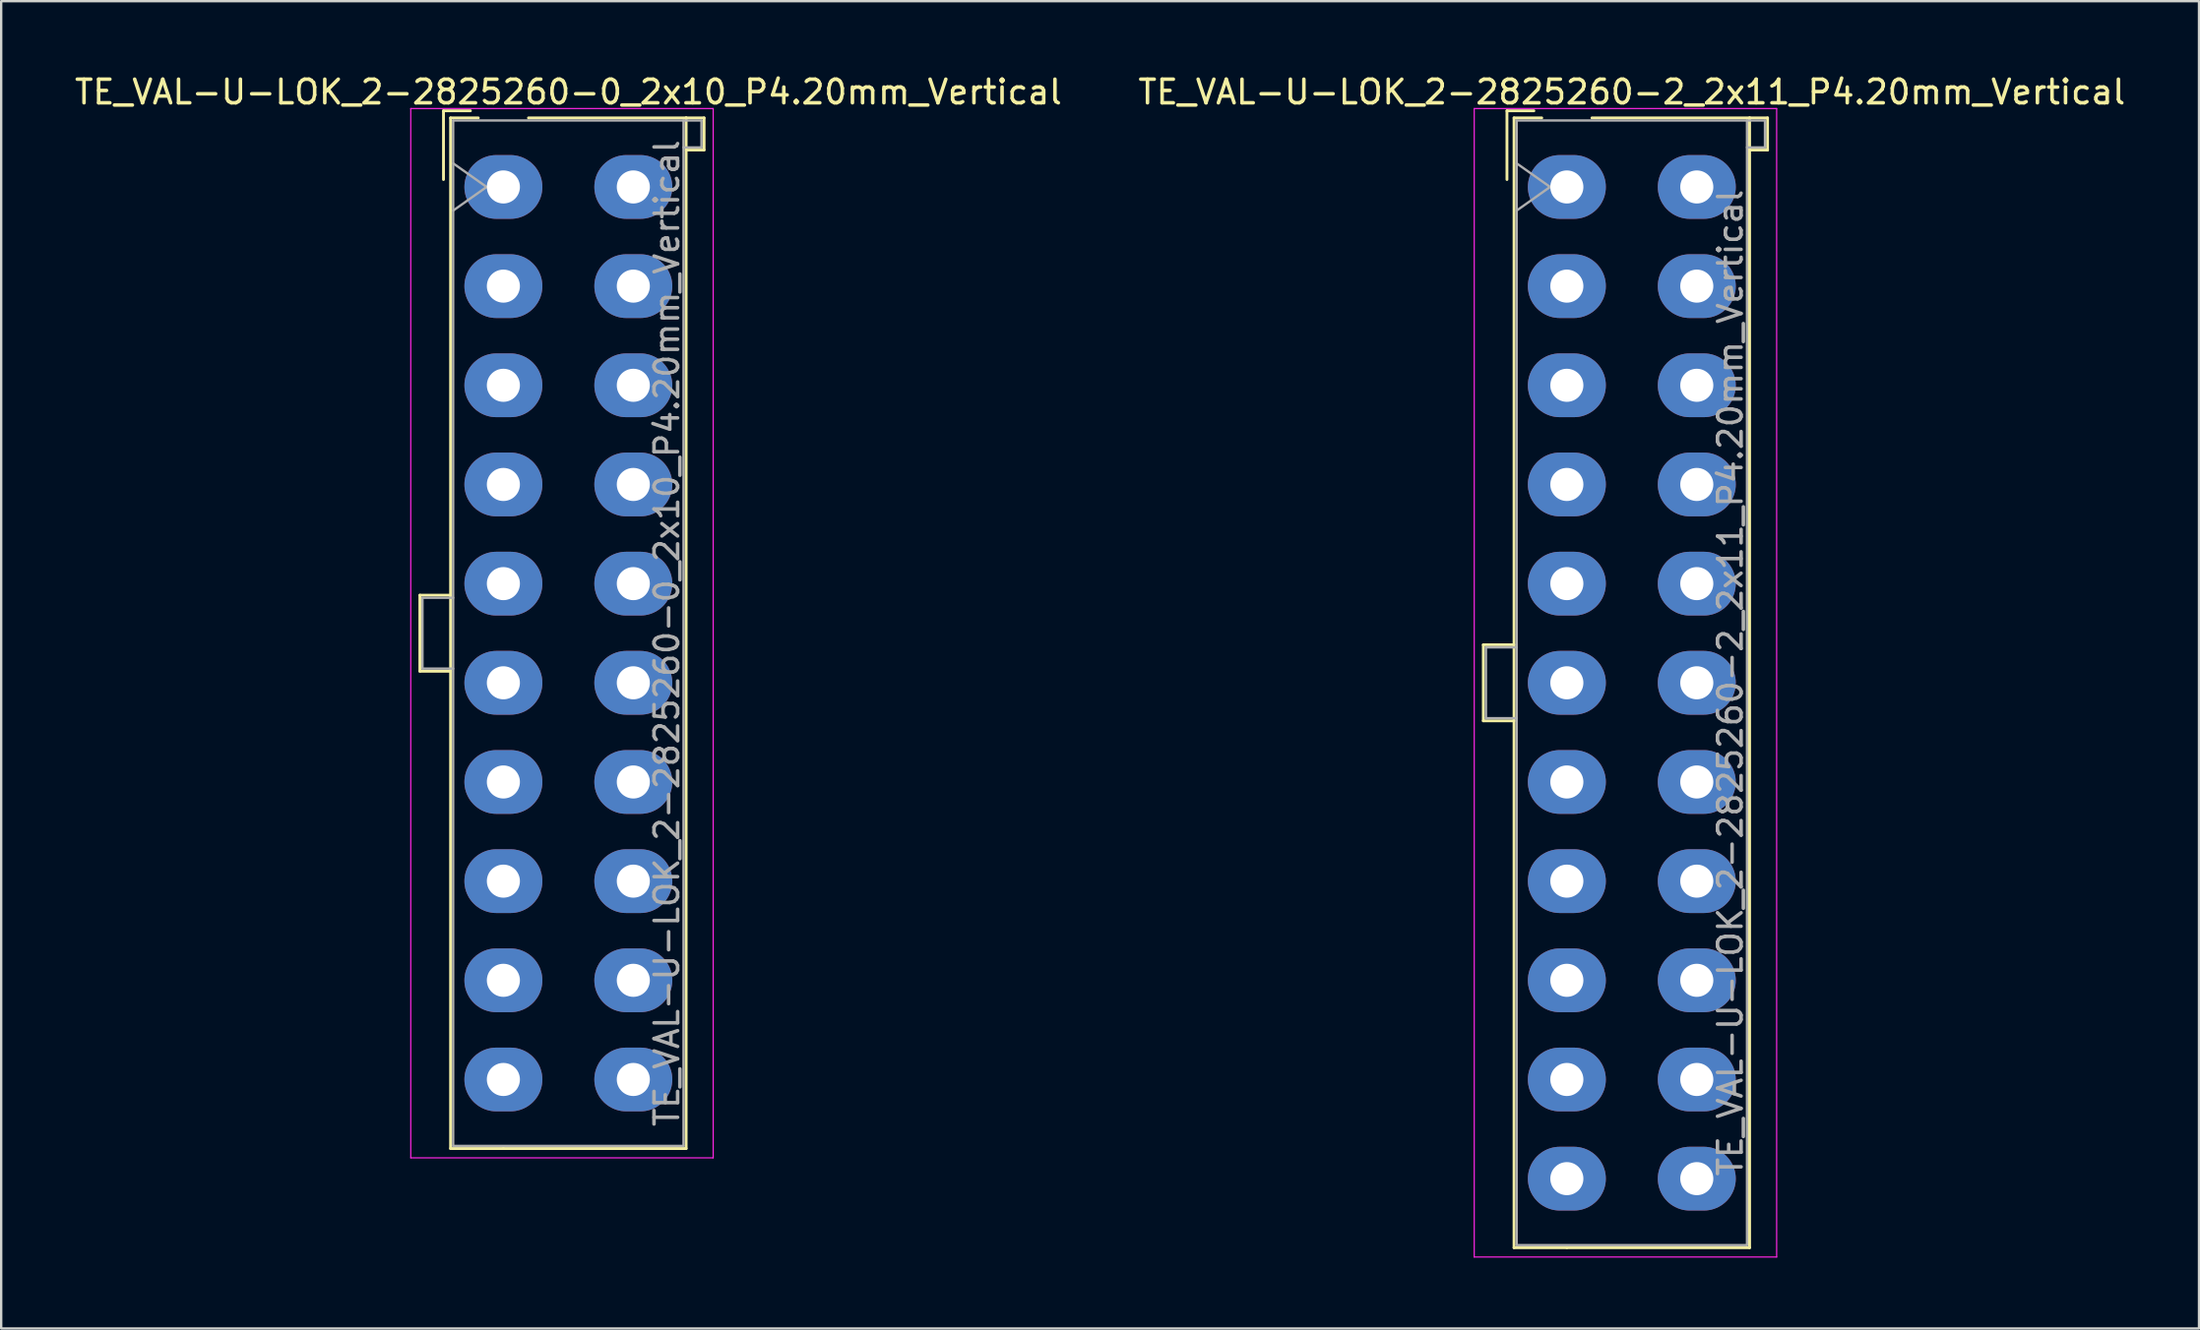
<source format=kicad_pcb>
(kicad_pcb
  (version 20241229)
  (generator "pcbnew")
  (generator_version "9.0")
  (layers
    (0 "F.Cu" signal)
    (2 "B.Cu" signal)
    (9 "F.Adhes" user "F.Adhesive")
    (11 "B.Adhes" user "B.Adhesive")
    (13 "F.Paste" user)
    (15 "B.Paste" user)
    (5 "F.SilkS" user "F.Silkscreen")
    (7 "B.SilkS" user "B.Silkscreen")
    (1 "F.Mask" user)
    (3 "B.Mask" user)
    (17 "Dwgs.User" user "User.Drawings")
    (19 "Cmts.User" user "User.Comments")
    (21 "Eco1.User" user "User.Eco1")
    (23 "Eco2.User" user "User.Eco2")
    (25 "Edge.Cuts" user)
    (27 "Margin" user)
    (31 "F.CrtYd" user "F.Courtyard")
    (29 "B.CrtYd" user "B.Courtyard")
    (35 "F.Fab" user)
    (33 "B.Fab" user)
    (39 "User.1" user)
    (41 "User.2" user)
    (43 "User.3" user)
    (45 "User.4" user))
  (footprint "TE_VAL-U-LOK_2-2825260-2_2x11_P4.20mm_Vertical"
    (layer "F.Cu")
    (at 63.268 4.868)
    (property "Reference" "TE_VAL-U-LOK_2-2825260-2_2x11_P4.20mm_Vertical" (at 2.75 -4.02 0) (layer "F.SilkS") (effects (font (size 1 1) (thickness 0.15))))
    (attr through_hole)
    (fp_line (start -3.535 19.39) (end -3.535 22.61) (stroke (width 0.12) (type solid)) (layer "F.SilkS"))
    (fp_line (start -3.535 22.61) (end -2.235 22.61) (stroke (width 0.12) (type solid)) (layer "F.SilkS"))
    (fp_line (start -2.535 -3.225) (end -2.535 -0.315) (stroke (width 0.12) (type solid)) (layer "F.SilkS"))
    (fp_line (start -2.235 -2.925) (end -2.235 44.925) (stroke (width 0.12) (type solid)) (layer "F.SilkS"))
    (fp_line (start -2.235 19.39) (end -3.535 19.39) (stroke (width 0.12) (type solid)) (layer "F.SilkS"))
    (fp_line (start -2.235 44.925) (end 0 44.925) (stroke (width 0.12) (type solid)) (layer "F.SilkS"))
    (fp_line (start -1.395 -3.225) (end -2.535 -3.225) (stroke (width 0.12) (type solid)) (layer "F.SilkS"))
    (fp_line (start -1.062 -2.925) (end -2.235 -2.925) (stroke (width 0.12) (type solid)) (layer "F.SilkS"))
    (fp_line (start 1.062 -2.925) (end 7.735 -2.925) (stroke (width 0.12) (type solid)) (layer "F.SilkS"))
    (fp_line (start 7.735 -2.925) (end 7.735 44.925) (stroke (width 0.12) (type solid)) (layer "F.SilkS"))
    (fp_line (start 7.735 -2.925) (end 8.495 -2.925) (stroke (width 0.12) (type solid)) (layer "F.SilkS"))
    (fp_line (start 7.735 44.925) (end 0 44.925) (stroke (width 0.12) (type solid)) (layer "F.SilkS"))
    (fp_line (start 8.495 -2.925) (end 8.495 -1.565) (stroke (width 0.12) (type solid)) (layer "F.SilkS"))
    (fp_line (start 8.495 -1.565) (end 7.735 -1.565) (stroke (width 0.12) (type solid)) (layer "F.SilkS"))
    (fp_line (start -3.92 -3.32) (end -3.92 45.32) (stroke (width 0.05) (type solid)) (layer "F.CrtYd"))
    (fp_line (start -3.92 45.32) (end 8.88 45.32) (stroke (width 0.05) (type solid)) (layer "F.CrtYd"))
    (fp_line (start 8.88 -3.32) (end -3.92 -3.32) (stroke (width 0.05) (type solid)) (layer "F.CrtYd"))
    (fp_line (start 8.88 45.32) (end 8.88 -3.32) (stroke (width 0.05) (type solid)) (layer "F.CrtYd"))
    (fp_line (start -3.425 19.5) (end -3.425 22.5) (stroke (width 0.1) (type solid)) (layer "F.Fab"))
    (fp_line (start -3.425 22.5) (end -2.125 22.5) (stroke (width 0.1) (type solid)) (layer "F.Fab"))
    (fp_line (start -2.125 -2.815) (end -2.125 44.815) (stroke (width 0.1) (type solid)) (layer "F.Fab"))
    (fp_line (start -2.125 -1) (end -0.711 0) (stroke (width 0.1) (type solid)) (layer "F.Fab"))
    (fp_line (start -2.125 19.5) (end -3.425 19.5) (stroke (width 0.1) (type solid)) (layer "F.Fab"))
    (fp_line (start -2.125 44.815) (end 7.625 44.815) (stroke (width 0.1) (type solid)) (layer "F.Fab"))
    (fp_line (start -0.711 0) (end -2.125 1) (stroke (width 0.1) (type solid)) (layer "F.Fab"))
    (fp_line (start 7.625 -2.815) (end -2.125 -2.815) (stroke (width 0.1) (type solid)) (layer "F.Fab"))
    (fp_line (start 7.625 -2.815) (end 8.385 -2.815) (stroke (width 0.1) (type solid)) (layer "F.Fab"))
    (fp_line (start 7.625 44.815) (end 7.625 -2.815) (stroke (width 0.1) (type solid)) (layer "F.Fab"))
    (fp_line (start 8.385 -2.815) (end 8.385 -1.675) (stroke (width 0.1) (type solid)) (layer "F.Fab"))
    (fp_line (start 8.385 -1.675) (end 7.625 -1.675) (stroke (width 0.1) (type solid)) (layer "F.Fab"))
    (fp_text user "${REFERENCE}" (at 6.92 21 90) (layer "F.Fab") (effects (font (size 1 1) (thickness 0.15))))
    (pad "1" thru_hole oval (at 0 0) (size 3.3 2.7) (drill 1.4) (layers "*.Cu" "*.Mask"))
    (pad "2" thru_hole oval (at 5.5 0) (size 3.3 2.7) (drill 1.4) (layers "*.Cu" "*.Mask"))
    (pad "3" thru_hole oval (at 0 4.2) (size 3.3 2.7) (drill 1.4) (layers "*.Cu" "*.Mask"))
    (pad "4" thru_hole oval (at 5.5 4.2) (size 3.3 2.7) (drill 1.4) (layers "*.Cu" "*.Mask"))
    (pad "5" thru_hole oval (at 0 8.4) (size 3.3 2.7) (drill 1.4) (layers "*.Cu" "*.Mask"))
    (pad "6" thru_hole oval (at 5.5 8.4) (size 3.3 2.7) (drill 1.4) (layers "*.Cu" "*.Mask"))
    (pad "7" thru_hole oval (at 0 12.6) (size 3.3 2.7) (drill 1.4) (layers "*.Cu" "*.Mask"))
    (pad "8" thru_hole oval (at 5.5 12.6) (size 3.3 2.7) (drill 1.4) (layers "*.Cu" "*.Mask"))
    (pad "9" thru_hole oval (at 0 16.8) (size 3.3 2.7) (drill 1.4) (layers "*.Cu" "*.Mask"))
    (pad "10" thru_hole oval (at 5.5 16.8) (size 3.3 2.7) (drill 1.4) (layers "*.Cu" "*.Mask"))
    (pad "11" thru_hole oval (at 0 21) (size 3.3 2.7) (drill 1.4) (layers "*.Cu" "*.Mask"))
    (pad "12" thru_hole oval (at 5.5 21) (size 3.3 2.7) (drill 1.4) (layers "*.Cu" "*.Mask"))
    (pad "13" thru_hole oval (at 0 25.2) (size 3.3 2.7) (drill 1.4) (layers "*.Cu" "*.Mask"))
    (pad "14" thru_hole oval (at 5.5 25.2) (size 3.3 2.7) (drill 1.4) (layers "*.Cu" "*.Mask"))
    (pad "15" thru_hole oval (at 0 29.4) (size 3.3 2.7) (drill 1.4) (layers "*.Cu" "*.Mask"))
    (pad "16" thru_hole oval (at 5.5 29.4) (size 3.3 2.7) (drill 1.4) (layers "*.Cu" "*.Mask"))
    (pad "17" thru_hole oval (at 0 33.6) (size 3.3 2.7) (drill 1.4) (layers "*.Cu" "*.Mask"))
    (pad "18" thru_hole oval (at 5.5 33.6) (size 3.3 2.7) (drill 1.4) (layers "*.Cu" "*.Mask"))
    (pad "19" thru_hole oval (at 0 37.8) (size 3.3 2.7) (drill 1.4) (layers "*.Cu" "*.Mask"))
    (pad "20" thru_hole oval (at 5.5 37.8) (size 3.3 2.7) (drill 1.4) (layers "*.Cu" "*.Mask"))
    (pad "21" thru_hole oval (at 0 42) (size 3.3 2.7) (drill 1.4) (layers "*.Cu" "*.Mask"))
    (pad "22" thru_hole oval (at 5.5 42) (size 3.3 2.7) (drill 1.4) (layers "*.Cu" "*.Mask")))
  (footprint "TE_VAL-U-LOK_2-2825260-0_2x10_P4.20mm_Vertical"
    (layer "F.Cu")
    (at 18.256 4.868)
    (property "Reference" "TE_VAL-U-LOK_2-2825260-0_2x10_P4.20mm_Vertical" (at 2.75 -4.02 0) (layer "F.SilkS") (effects (font (size 1 1) (thickness 0.15))))
    (attr through_hole)
    (fp_line (start -3.535 17.29) (end -3.535 20.51) (stroke (width 0.12) (type solid)) (layer "F.SilkS"))
    (fp_line (start -3.535 20.51) (end -2.235 20.51) (stroke (width 0.12) (type solid)) (layer "F.SilkS"))
    (fp_line (start -2.535 -3.225) (end -2.535 -0.315) (stroke (width 0.12) (type solid)) (layer "F.SilkS"))
    (fp_line (start -2.235 -2.925) (end -2.235 40.725) (stroke (width 0.12) (type solid)) (layer "F.SilkS"))
    (fp_line (start -2.235 17.29) (end -3.535 17.29) (stroke (width 0.12) (type solid)) (layer "F.SilkS"))
    (fp_line (start -2.235 40.725) (end 0 40.725) (stroke (width 0.12) (type solid)) (layer "F.SilkS"))
    (fp_line (start -1.395 -3.225) (end -2.535 -3.225) (stroke (width 0.12) (type solid)) (layer "F.SilkS"))
    (fp_line (start -1.062 -2.925) (end -2.235 -2.925) (stroke (width 0.12) (type solid)) (layer "F.SilkS"))
    (fp_line (start 1.062 -2.925) (end 7.735 -2.925) (stroke (width 0.12) (type solid)) (layer "F.SilkS"))
    (fp_line (start 7.735 -2.925) (end 7.735 40.725) (stroke (width 0.12) (type solid)) (layer "F.SilkS"))
    (fp_line (start 7.735 -2.925) (end 8.495 -2.925) (stroke (width 0.12) (type solid)) (layer "F.SilkS"))
    (fp_line (start 7.735 40.725) (end 0 40.725) (stroke (width 0.12) (type solid)) (layer "F.SilkS"))
    (fp_line (start 8.495 -2.925) (end 8.495 -1.565) (stroke (width 0.12) (type solid)) (layer "F.SilkS"))
    (fp_line (start 8.495 -1.565) (end 7.735 -1.565) (stroke (width 0.12) (type solid)) (layer "F.SilkS"))
    (fp_line (start -3.92 -3.32) (end -3.92 41.12) (stroke (width 0.05) (type solid)) (layer "F.CrtYd"))
    (fp_line (start -3.92 41.12) (end 8.88 41.12) (stroke (width 0.05) (type solid)) (layer "F.CrtYd"))
    (fp_line (start 8.88 -3.32) (end -3.92 -3.32) (stroke (width 0.05) (type solid)) (layer "F.CrtYd"))
    (fp_line (start 8.88 41.12) (end 8.88 -3.32) (stroke (width 0.05) (type solid)) (layer "F.CrtYd"))
    (fp_line (start -3.425 17.4) (end -3.425 20.4) (stroke (width 0.1) (type solid)) (layer "F.Fab"))
    (fp_line (start -3.425 20.4) (end -2.125 20.4) (stroke (width 0.1) (type solid)) (layer "F.Fab"))
    (fp_line (start -2.125 -2.815) (end -2.125 40.615) (stroke (width 0.1) (type solid)) (layer "F.Fab"))
    (fp_line (start -2.125 -1) (end -0.711 0) (stroke (width 0.1) (type solid)) (layer "F.Fab"))
    (fp_line (start -2.125 17.4) (end -3.425 17.4) (stroke (width 0.1) (type solid)) (layer "F.Fab"))
    (fp_line (start -2.125 40.615) (end 7.625 40.615) (stroke (width 0.1) (type solid)) (layer "F.Fab"))
    (fp_line (start -0.711 0) (end -2.125 1) (stroke (width 0.1) (type solid)) (layer "F.Fab"))
    (fp_line (start 7.625 -2.815) (end -2.125 -2.815) (stroke (width 0.1) (type solid)) (layer "F.Fab"))
    (fp_line (start 7.625 -2.815) (end 8.385 -2.815) (stroke (width 0.1) (type solid)) (layer "F.Fab"))
    (fp_line (start 7.625 40.615) (end 7.625 -2.815) (stroke (width 0.1) (type solid)) (layer "F.Fab"))
    (fp_line (start 8.385 -2.815) (end 8.385 -1.675) (stroke (width 0.1) (type solid)) (layer "F.Fab"))
    (fp_line (start 8.385 -1.675) (end 7.625 -1.675) (stroke (width 0.1) (type solid)) (layer "F.Fab"))
    (fp_text user "${REFERENCE}" (at 6.92 18.9 90) (layer "F.Fab") (effects (font (size 1 1) (thickness 0.15))))
    (pad "1" thru_hole oval (at 0 0) (size 3.3 2.7) (drill 1.4) (layers "*.Cu" "*.Mask"))
    (pad "2" thru_hole oval (at 5.5 0) (size 3.3 2.7) (drill 1.4) (layers "*.Cu" "*.Mask"))
    (pad "3" thru_hole oval (at 0 4.2) (size 3.3 2.7) (drill 1.4) (layers "*.Cu" "*.Mask"))
    (pad "4" thru_hole oval (at 5.5 4.2) (size 3.3 2.7) (drill 1.4) (layers "*.Cu" "*.Mask"))
    (pad "5" thru_hole oval (at 0 8.4) (size 3.3 2.7) (drill 1.4) (layers "*.Cu" "*.Mask"))
    (pad "6" thru_hole oval (at 5.5 8.4) (size 3.3 2.7) (drill 1.4) (layers "*.Cu" "*.Mask"))
    (pad "7" thru_hole oval (at 0 12.6) (size 3.3 2.7) (drill 1.4) (layers "*.Cu" "*.Mask"))
    (pad "8" thru_hole oval (at 5.5 12.6) (size 3.3 2.7) (drill 1.4) (layers "*.Cu" "*.Mask"))
    (pad "9" thru_hole oval (at 0 16.8) (size 3.3 2.7) (drill 1.4) (layers "*.Cu" "*.Mask"))
    (pad "10" thru_hole oval (at 5.5 16.8) (size 3.3 2.7) (drill 1.4) (layers "*.Cu" "*.Mask"))
    (pad "11" thru_hole oval (at 0 21) (size 3.3 2.7) (drill 1.4) (layers "*.Cu" "*.Mask"))
    (pad "12" thru_hole oval (at 5.5 21) (size 3.3 2.7) (drill 1.4) (layers "*.Cu" "*.Mask"))
    (pad "13" thru_hole oval (at 0 25.2) (size 3.3 2.7) (drill 1.4) (layers "*.Cu" "*.Mask"))
    (pad "14" thru_hole oval (at 5.5 25.2) (size 3.3 2.7) (drill 1.4) (layers "*.Cu" "*.Mask"))
    (pad "15" thru_hole oval (at 0 29.4) (size 3.3 2.7) (drill 1.4) (layers "*.Cu" "*.Mask"))
    (pad "16" thru_hole oval (at 5.5 29.4) (size 3.3 2.7) (drill 1.4) (layers "*.Cu" "*.Mask"))
    (pad "17" thru_hole oval (at 0 33.6) (size 3.3 2.7) (drill 1.4) (layers "*.Cu" "*.Mask"))
    (pad "18" thru_hole oval (at 5.5 33.6) (size 3.3 2.7) (drill 1.4) (layers "*.Cu" "*.Mask"))
    (pad "19" thru_hole oval (at 0 37.8) (size 3.3 2.7) (drill 1.4) (layers "*.Cu" "*.Mask"))
    (pad "20" thru_hole oval (at 5.5 37.8) (size 3.3 2.7) (drill 1.4) (layers "*.Cu" "*.Mask")))
  (gr_rect
    (start -3 -3)
    (end 90.024 53.213)
    (stroke (width 0.1) (type default))
    (fill no)
    (layer "Edge.Cuts")))
</source>
